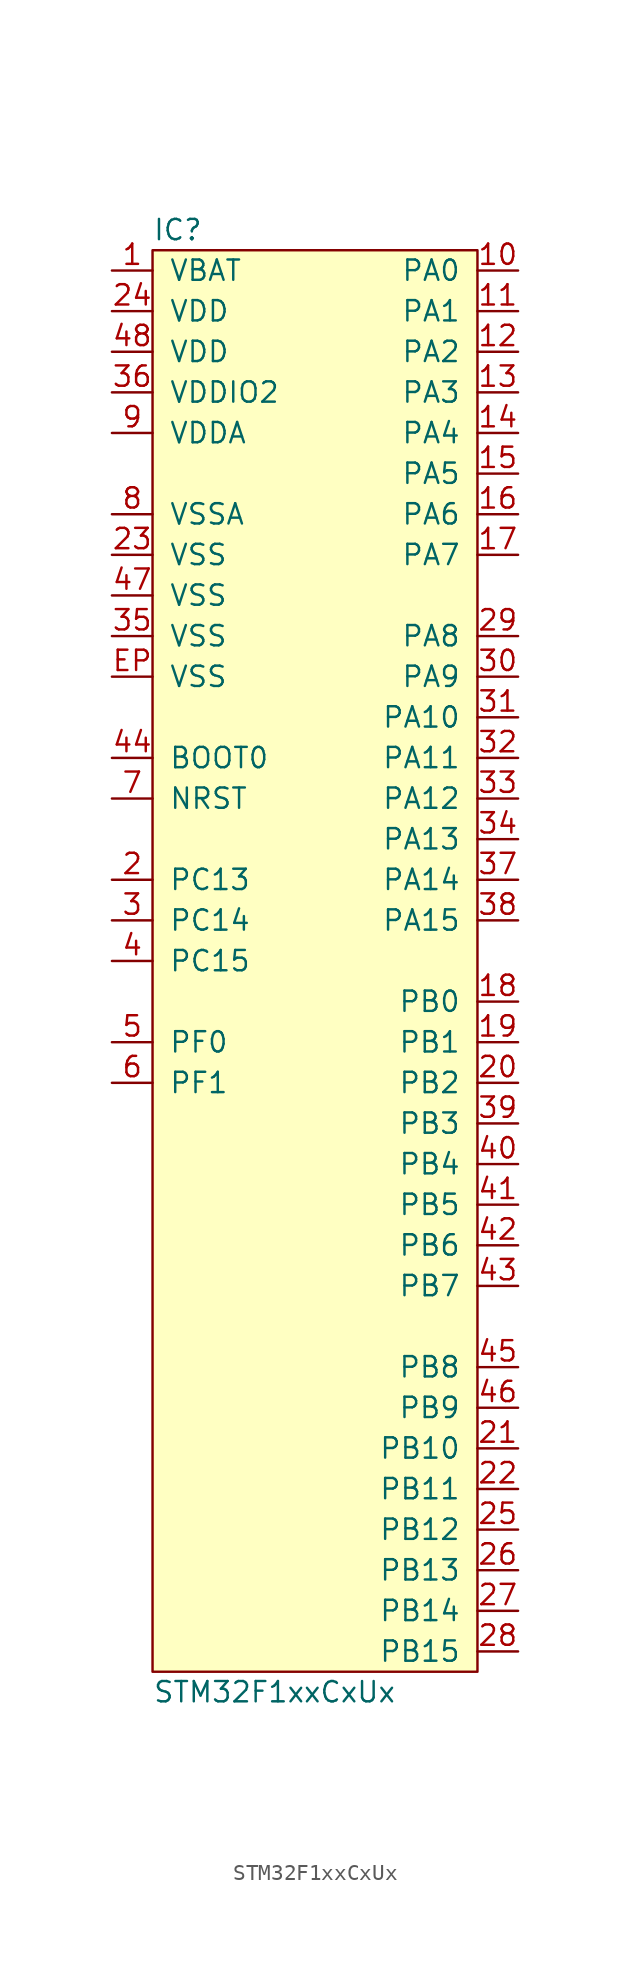
<source format=kicad_sym>
(kicad_symbol_lib
  (version 20211014)
  (generator agg_kicad.build_lib_ic)
  (symbol "STM32F1xxCxUx"
    (pin_names
      (offset 1.016))
    (property Reference IC
      (at -10.16 45.72 0)
      (effects (font (size 1.27 1.27)) (justify left)))
    (property Value "STM32F1xxCxUx"
      (at -10.16 -45.72 0)
      (effects (font (size 1.27 1.27)) (justify left)))
    (symbol "STM32F1xxCxUx_0_0"
      (rectangle (start -10.16 44.45) (end 10.16 -44.45) (stroke (width 0) (type default) (color 0 0 0 0)) (fill (type background)))
      (pin power_in line (at -12.7 43.18 0) (length 2.54) (name VBAT (effects (font (size 1.27 1.27)))) (number "1" (effects (font (size 1.27 1.27)))))
      (pin power_in line (at -12.7 40.64 0) (length 2.54) (name VDD (effects (font (size 1.27 1.27)))) (number "24" (effects (font (size 1.27 1.27)))))
      (pin power_in line (at -12.7 38.1 0) (length 2.54) (name VDD (effects (font (size 1.27 1.27)))) (number "48" (effects (font (size 1.27 1.27)))))
      (pin power_in line (at -12.7 35.56 0) (length 2.54) (name "VDDIO2" (effects (font (size 1.27 1.27)))) (number "36" (effects (font (size 1.27 1.27)))))
      (pin power_in line (at -12.7 33.02 0) (length 2.54) (name VDDA (effects (font (size 1.27 1.27)))) (number "9" (effects (font (size 1.27 1.27)))))
      (pin power_in line (at -12.7 27.94 0) (length 2.54) (name VSSA (effects (font (size 1.27 1.27)))) (number "8" (effects (font (size 1.27 1.27)))))
      (pin power_in line (at -12.7 25.4 0) (length 2.54) (name VSS (effects (font (size 1.27 1.27)))) (number "23" (effects (font (size 1.27 1.27)))))
      (pin power_in line (at -12.7 22.86 0) (length 2.54) (name VSS (effects (font (size 1.27 1.27)))) (number "47" (effects (font (size 1.27 1.27)))))
      (pin power_in line (at -12.7 20.32 0) (length 2.54) (name VSS (effects (font (size 1.27 1.27)))) (number "35" (effects (font (size 1.27 1.27)))))
      (pin power_in line (at -12.7 17.78 0) (length 2.54) (name VSS (effects (font (size 1.27 1.27)))) (number EP (effects (font (size 1.27 1.27)))))
      (pin input line (at -12.7 12.7 0) (length 2.54) (name "BOOT0" (effects (font (size 1.27 1.27)))) (number "44" (effects (font (size 1.27 1.27)))))
      (pin input line (at -12.7 10.16 0) (length 2.54) (name NRST (effects (font (size 1.27 1.27)))) (number "7" (effects (font (size 1.27 1.27)))))
      (pin bidirectional line (at -12.7 5.08 0) (length 2.54) (name "PC13" (effects (font (size 1.27 1.27)))) (number "2" (effects (font (size 1.27 1.27)))))
      (pin bidirectional line (at -12.7 2.54 0) (length 2.54) (name "PC14" (effects (font (size 1.27 1.27)))) (number "3" (effects (font (size 1.27 1.27)))))
      (pin bidirectional line (at -12.7 0 0) (length 2.54) (name "PC15" (effects (font (size 1.27 1.27)))) (number "4" (effects (font (size 1.27 1.27)))))
      (pin bidirectional line (at -12.7 -5.08 0) (length 2.54) (name "PF0" (effects (font (size 1.27 1.27)))) (number "5" (effects (font (size 1.27 1.27)))))
      (pin bidirectional line (at -12.7 -7.62 0) (length 2.54) (name "PF1" (effects (font (size 1.27 1.27)))) (number "6" (effects (font (size 1.27 1.27)))))
      (pin bidirectional line (at 12.7 43.18 180) (length 2.54) (name "PA0" (effects (font (size 1.27 1.27)))) (number "10" (effects (font (size 1.27 1.27)))))
      (pin bidirectional line (at 12.7 40.64 180) (length 2.54) (name "PA1" (effects (font (size 1.27 1.27)))) (number "11" (effects (font (size 1.27 1.27)))))
      (pin bidirectional line (at 12.7 38.1 180) (length 2.54) (name "PA2" (effects (font (size 1.27 1.27)))) (number "12" (effects (font (size 1.27 1.27)))))
      (pin bidirectional line (at 12.7 35.56 180) (length 2.54) (name "PA3" (effects (font (size 1.27 1.27)))) (number "13" (effects (font (size 1.27 1.27)))))
      (pin bidirectional line (at 12.7 33.02 180) (length 2.54) (name "PA4" (effects (font (size 1.27 1.27)))) (number "14" (effects (font (size 1.27 1.27)))))
      (pin bidirectional line (at 12.7 30.48 180) (length 2.54) (name "PA5" (effects (font (size 1.27 1.27)))) (number "15" (effects (font (size 1.27 1.27)))))
      (pin bidirectional line (at 12.7 27.94 180) (length 2.54) (name "PA6" (effects (font (size 1.27 1.27)))) (number "16" (effects (font (size 1.27 1.27)))))
      (pin bidirectional line (at 12.7 25.4 180) (length 2.54) (name "PA7" (effects (font (size 1.27 1.27)))) (number "17" (effects (font (size 1.27 1.27)))))
      (pin bidirectional line (at 12.7 20.32 180) (length 2.54) (name "PA8" (effects (font (size 1.27 1.27)))) (number "29" (effects (font (size 1.27 1.27)))))
      (pin bidirectional line (at 12.7 17.78 180) (length 2.54) (name "PA9" (effects (font (size 1.27 1.27)))) (number "30" (effects (font (size 1.27 1.27)))))
      (pin bidirectional line (at 12.7 15.24 180) (length 2.54) (name "PA10" (effects (font (size 1.27 1.27)))) (number "31" (effects (font (size 1.27 1.27)))))
      (pin bidirectional line (at 12.7 12.7 180) (length 2.54) (name "PA11" (effects (font (size 1.27 1.27)))) (number "32" (effects (font (size 1.27 1.27)))))
      (pin bidirectional line (at 12.7 10.16 180) (length 2.54) (name "PA12" (effects (font (size 1.27 1.27)))) (number "33" (effects (font (size 1.27 1.27)))))
      (pin bidirectional line (at 12.7 7.62 180) (length 2.54) (name "PA13" (effects (font (size 1.27 1.27)))) (number "34" (effects (font (size 1.27 1.27)))))
      (pin bidirectional line (at 12.7 5.08 180) (length 2.54) (name "PA14" (effects (font (size 1.27 1.27)))) (number "37" (effects (font (size 1.27 1.27)))))
      (pin bidirectional line (at 12.7 2.54 180) (length 2.54) (name "PA15" (effects (font (size 1.27 1.27)))) (number "38" (effects (font (size 1.27 1.27)))))
      (pin bidirectional line (at 12.7 -2.54 180) (length 2.54) (name "PB0" (effects (font (size 1.27 1.27)))) (number "18" (effects (font (size 1.27 1.27)))))
      (pin bidirectional line (at 12.7 -5.08 180) (length 2.54) (name "PB1" (effects (font (size 1.27 1.27)))) (number "19" (effects (font (size 1.27 1.27)))))
      (pin bidirectional line (at 12.7 -7.62 180) (length 2.54) (name "PB2" (effects (font (size 1.27 1.27)))) (number "20" (effects (font (size 1.27 1.27)))))
      (pin bidirectional line (at 12.7 -10.16 180) (length 2.54) (name "PB3" (effects (font (size 1.27 1.27)))) (number "39" (effects (font (size 1.27 1.27)))))
      (pin bidirectional line (at 12.7 -12.7 180) (length 2.54) (name "PB4" (effects (font (size 1.27 1.27)))) (number "40" (effects (font (size 1.27 1.27)))))
      (pin bidirectional line (at 12.7 -15.24 180) (length 2.54) (name "PB5" (effects (font (size 1.27 1.27)))) (number "41" (effects (font (size 1.27 1.27)))))
      (pin bidirectional line (at 12.7 -17.78 180) (length 2.54) (name "PB6" (effects (font (size 1.27 1.27)))) (number "42" (effects (font (size 1.27 1.27)))))
      (pin bidirectional line (at 12.7 -20.32 180) (length 2.54) (name "PB7" (effects (font (size 1.27 1.27)))) (number "43" (effects (font (size 1.27 1.27)))))
      (pin bidirectional line (at 12.7 -25.4 180) (length 2.54) (name "PB8" (effects (font (size 1.27 1.27)))) (number "45" (effects (font (size 1.27 1.27)))))
      (pin bidirectional line (at 12.7 -27.94 180) (length 2.54) (name "PB9" (effects (font (size 1.27 1.27)))) (number "46" (effects (font (size 1.27 1.27)))))
      (pin bidirectional line (at 12.7 -30.48 180) (length 2.54) (name "PB10" (effects (font (size 1.27 1.27)))) (number "21" (effects (font (size 1.27 1.27)))))
      (pin bidirectional line (at 12.7 -33.02 180) (length 2.54) (name "PB11" (effects (font (size 1.27 1.27)))) (number "22" (effects (font (size 1.27 1.27)))))
      (pin bidirectional line (at 12.7 -35.56 180) (length 2.54) (name "PB12" (effects (font (size 1.27 1.27)))) (number "25" (effects (font (size 1.27 1.27)))))
      (pin bidirectional line (at 12.7 -38.1 180) (length 2.54) (name "PB13" (effects (font (size 1.27 1.27)))) (number "26" (effects (font (size 1.27 1.27)))))
      (pin bidirectional line (at 12.7 -40.64 180) (length 2.54) (name "PB14" (effects (font (size 1.27 1.27)))) (number "27" (effects (font (size 1.27 1.27)))))
      (pin bidirectional line (at 12.7 -43.18 180) (length 2.54) (name "PB15" (effects (font (size 1.27 1.27)))) (number "28" (effects (font (size 1.27 1.27))))))))
</source>
